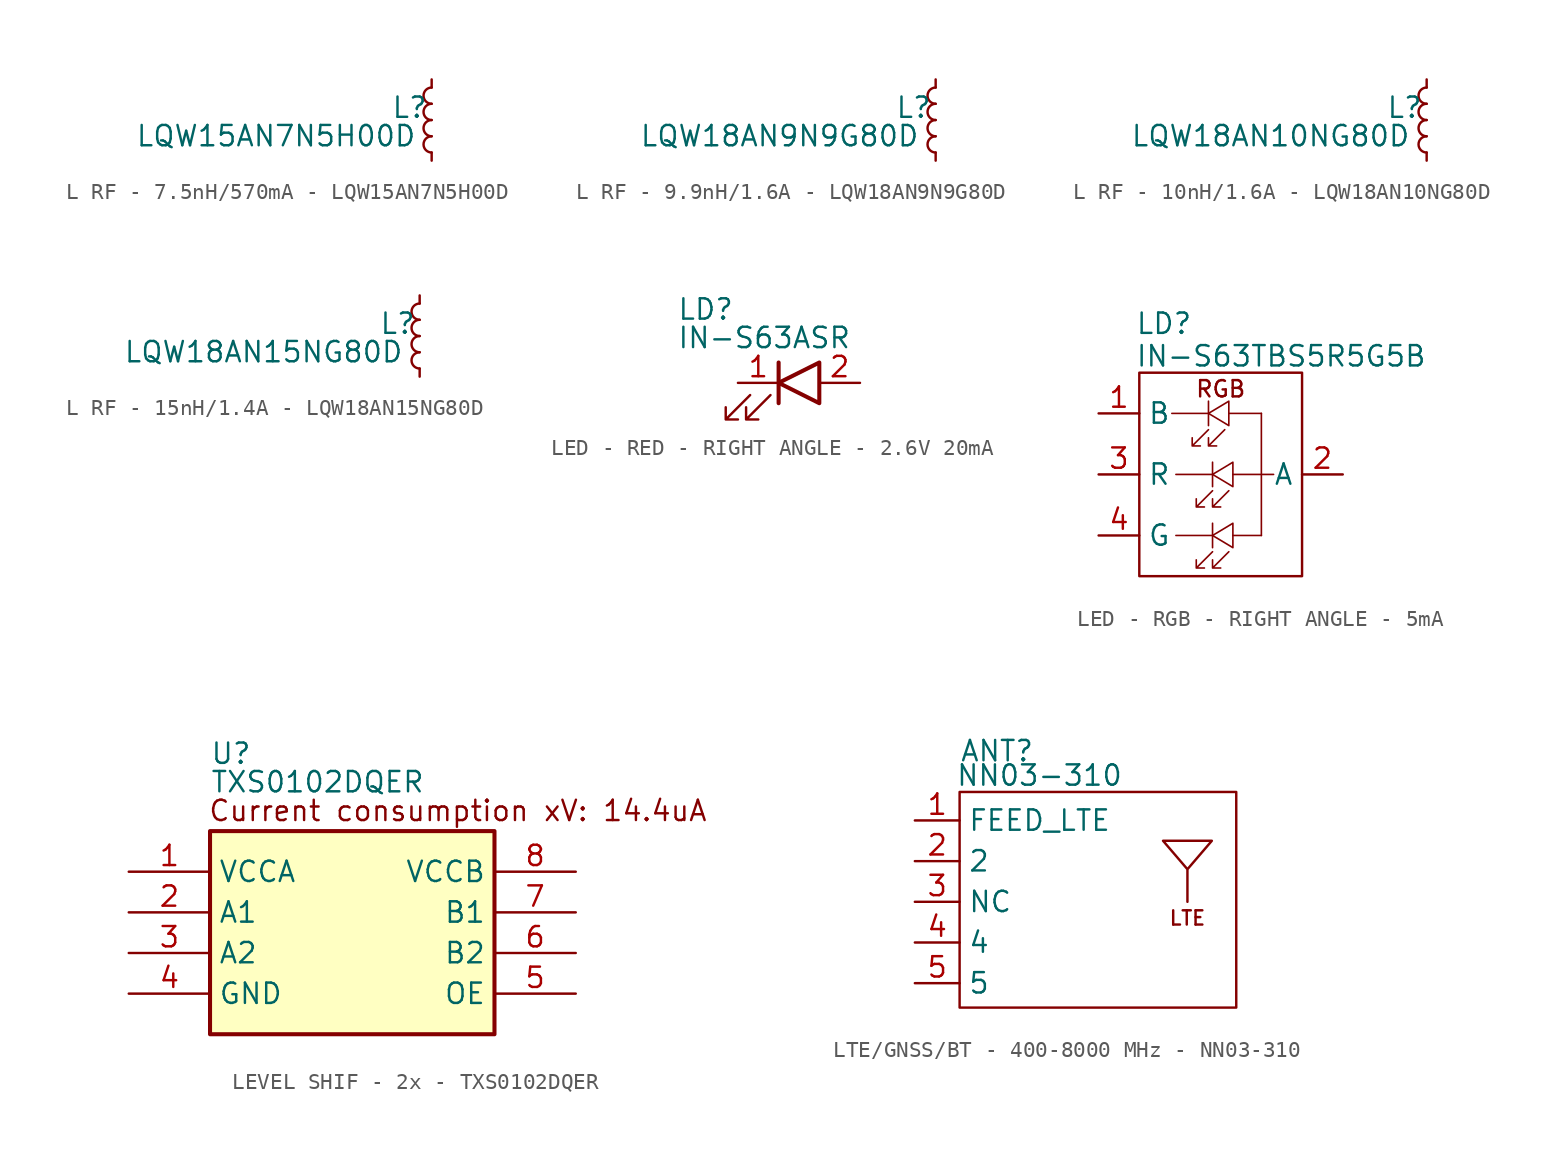
<source format=kicad_sym>
(kicad_symbol_lib
  (version 20241209)
  (generator "kicad_symbol_editor")
  (generator_version "9.0")
  (symbol "L RF - 7.5nH/570mA - LQW15AN7N5H00D"
    (pin_numbers
      (hide yes))
    (pin_names
      (hide yes))
    (property "Reference" "L"
      (at -2.54 1.524 0)
      (effects (font (size 1.27 1.27)) (justify left top)))
    (property "Value" "LQW15AN7N5H00D"
      (at -18.542 -0.254 0)
      (effects (font (size 1.27 1.27)) (justify left top)))
    (symbol "L RF - 7.5nH/570mA - LQW15AN7N5H00D_0_1"
      (arc (start 0 1.016) (mid -0.5058 1.524) (end 0 2.032) (stroke (width 0) (type default)) (fill (type none)))
      (arc (start 0 0) (mid -0.5058 0.508) (end 0 1.016) (stroke (width 0) (type default)) (fill (type none)))
      (arc (start 0 -1.016) (mid -0.5058 -0.508) (end 0 0) (stroke (width 0) (type default)) (fill (type none)))
      (arc (start 0 -2.032) (mid -0.5058 -1.524) (end 0 -1.016) (stroke (width 0) (type default)) (fill (type none))))
    (symbol "L RF - 7.5nH/570mA - LQW15AN7N5H00D_1_1"
      (pin passive line (at 0 2.54 270) (length 0.508) (name "~" (effects (font (size 1.27 1.27)))) (number "1" (effects (font (size 1.27 1.27)))))
      (pin passive line (at 0 -2.54 90) (length 0.508) (name "~" (effects (font (size 1.27 1.27)))) (number "2" (effects (font (size 1.27 1.27)))))))
  (symbol "L RF - 9.9nH/1.6A - LQW18AN9N9G80D"
    (pin_numbers
      (hide yes))
    (pin_names
      (hide yes))
    (property "Reference" "L"
      (at -2.54 1.524 0)
      (effects (font (size 1.27 1.27)) (justify left top)))
    (property "Value" "LQW18AN9N9G80D"
      (at -18.542 -0.254 0)
      (effects (font (size 1.27 1.27)) (justify left top)))
    (symbol "L RF - 9.9nH/1.6A - LQW18AN9N9G80D_0_1"
      (arc (start 0 1.016) (mid -0.5058 1.524) (end 0 2.032) (stroke (width 0) (type default)) (fill (type none)))
      (arc (start 0 0) (mid -0.5058 0.508) (end 0 1.016) (stroke (width 0) (type default)) (fill (type none)))
      (arc (start 0 -1.016) (mid -0.5058 -0.508) (end 0 0) (stroke (width 0) (type default)) (fill (type none)))
      (arc (start 0 -2.032) (mid -0.5058 -1.524) (end 0 -1.016) (stroke (width 0) (type default)) (fill (type none))))
    (symbol "L RF - 9.9nH/1.6A - LQW18AN9N9G80D_1_1"
      (pin passive line (at 0 2.54 270) (length 0.508) (name "~" (effects (font (size 1.27 1.27)))) (number "1" (effects (font (size 1.27 1.27)))))
      (pin passive line (at 0 -2.54 90) (length 0.508) (name "~" (effects (font (size 1.27 1.27)))) (number "2" (effects (font (size 1.27 1.27)))))))
  (symbol "L RF - 10nH/1.6A - LQW18AN10NG80D"
    (pin_numbers
      (hide yes))
    (pin_names
      (hide yes))
    (property "Reference" "L"
      (at -2.54 1.524 0)
      (effects (font (size 1.27 1.27)) (justify left top)))
    (property "Value" "LQW18AN10NG80D"
      (at -18.542 -0.254 0)
      (effects (font (size 1.27 1.27)) (justify left top)))
    (symbol "L RF - 10nH/1.6A - LQW18AN10NG80D_0_1"
      (arc (start 0 1.016) (mid -0.5058 1.524) (end 0 2.032) (stroke (width 0) (type default)) (fill (type none)))
      (arc (start 0 0) (mid -0.5058 0.508) (end 0 1.016) (stroke (width 0) (type default)) (fill (type none)))
      (arc (start 0 -1.016) (mid -0.5058 -0.508) (end 0 0) (stroke (width 0) (type default)) (fill (type none)))
      (arc (start 0 -2.032) (mid -0.5058 -1.524) (end 0 -1.016) (stroke (width 0) (type default)) (fill (type none))))
    (symbol "L RF - 10nH/1.6A - LQW18AN10NG80D_1_1"
      (pin passive line (at 0 2.54 270) (length 0.508) (name "~" (effects (font (size 1.27 1.27)))) (number "1" (effects (font (size 1.27 1.27)))))
      (pin passive line (at 0 -2.54 90) (length 0.508) (name "~" (effects (font (size 1.27 1.27)))) (number "2" (effects (font (size 1.27 1.27)))))))
  (symbol "L RF - 15nH/1.4A - LQW18AN15NG80D"
    (pin_numbers
      (hide yes))
    (pin_names
      (hide yes))
    (property "Reference" "L"
      (at -2.54 1.524 0)
      (effects (font (size 1.27 1.27)) (justify left top)))
    (property "Value" "LQW18AN15NG80D"
      (at -18.542 -0.254 0)
      (effects (font (size 1.27 1.27)) (justify left top)))
    (symbol "L RF - 15nH/1.4A - LQW18AN15NG80D_0_1"
      (arc (start 0 1.016) (mid -0.5058 1.524) (end 0 2.032) (stroke (width 0) (type default)) (fill (type none)))
      (arc (start 0 0) (mid -0.5058 0.508) (end 0 1.016) (stroke (width 0) (type default)) (fill (type none)))
      (arc (start 0 -1.016) (mid -0.5058 -0.508) (end 0 0) (stroke (width 0) (type default)) (fill (type none)))
      (arc (start 0 -2.032) (mid -0.5058 -1.524) (end 0 -1.016) (stroke (width 0) (type default)) (fill (type none))))
    (symbol "L RF - 15nH/1.4A - LQW18AN15NG80D_1_1"
      (pin passive line (at 0 2.54 270) (length 0.508) (name "~" (effects (font (size 1.27 1.27)))) (number "1" (effects (font (size 1.27 1.27)))))
      (pin passive line (at 0 -2.54 90) (length 0.508) (name "~" (effects (font (size 1.27 1.27)))) (number "2" (effects (font (size 1.27 1.27)))))))
  (symbol "LED - RED - RIGHT ANGLE - 2.6V 20mA"
    (pin_names
      (hide yes))
    (property "Reference" "LD"
      (at -7.62 5.334 0)
      (effects (font (size 1.27 1.27)) (justify left top)))
    (property "Value" "IN-S63ASR"
      (at -7.62 3.556 0)
      (effects (font (size 1.27 1.27)) (justify left top)))
    (symbol "LED - RED - RIGHT ANGLE - 2.6V 20mA_0_1"
      (polyline (pts (xy -3.048 -0.762) (xy -4.572 -2.286) (xy -3.81 -2.286) (xy -4.572 -2.286) (xy -4.572 -1.524)) (stroke (width 0) (type default)) (fill (type none)))
      (polyline (pts (xy -1.778 -0.762) (xy -3.302 -2.286) (xy -2.54 -2.286) (xy -3.302 -2.286) (xy -3.302 -1.524)) (stroke (width 0) (type default)) (fill (type none)))
      (polyline (pts (xy -1.27 -1.27) (xy -1.27 1.27)) (stroke (width 0.254) (type default)) (fill (type none)))
      (polyline (pts (xy 1.27 -1.27) (xy 1.27 1.27) (xy -1.27 0) (xy 1.27 -1.27)) (stroke (width 0.254) (type default)) (fill (type none))))
    (symbol "LED - RED - RIGHT ANGLE - 2.6V 20mA_1_1"
      (pin passive line (at -3.81 0 0) (length 2.54) (name "K" (effects (font (size 1.27 1.27)))) (number "1" (effects (font (size 1.27 1.27)))))
      (pin passive line (at 3.81 0 180) (length 2.54) (name "A" (effects (font (size 1.27 1.27)))) (number "2" (effects (font (size 1.27 1.27)))))))
  (symbol "LED - RGB - RIGHT ANGLE - 5mA"
    (property "Reference" "LD"
      (at -5.334 10.16 0)
      (effects (font (size 1.27 1.27)) (justify left top)))
    (property "Value" "IN-S63TBS5R5G5B"
      (at -5.334 8.128 0)
      (effects (font (size 1.27 1.27)) (justify left top)))
    (symbol "LED - RGB - RIGHT ANGLE - 5mA_0_1"
      (rectangle (start -5.08 6.35) (end 5.08 -6.35) (stroke (width 0) (type default)) (fill (type none))))
    (symbol "LED - RGB - RIGHT ANGLE - 5mA_1_1"
      (polyline (pts (xy -0.762 3.81) (xy -3.048 3.81)) (stroke (width 0.102) (type default)) (fill (type none)))
      (polyline (pts (xy -0.762 3.048) (xy -0.762 4.572)) (stroke (width 0.102) (type default)) (fill (type none)))
      (polyline (pts (xy -0.762 2.794) (xy -1.778 1.778) (xy -1.27 1.778) (xy -1.778 1.778) (xy -1.778 2.286)) (stroke (width 0.102) (type default)) (fill (type none)))
      (polyline (pts (xy -0.508 0) (xy -2.794 0)) (stroke (width 0.102) (type default)) (fill (type none)))
      (polyline (pts (xy -0.508 -0.762) (xy -0.508 0.762)) (stroke (width 0.102) (type default)) (fill (type none)))
      (polyline (pts (xy -0.508 -1.016) (xy -1.524 -2.032) (xy -1.016 -2.032) (xy -1.524 -2.032) (xy -1.524 -1.524)) (stroke (width 0.102) (type default)) (fill (type none)))
      (polyline (pts (xy -0.508 -3.81) (xy -2.794 -3.81)) (stroke (width 0.102) (type default)) (fill (type none)))
      (polyline (pts (xy -0.508 -4.572) (xy -0.508 -3.048)) (stroke (width 0.102) (type default)) (fill (type none)))
      (polyline (pts (xy -0.508 -4.826) (xy -1.524 -5.842) (xy -1.016 -5.842) (xy -1.524 -5.842) (xy -1.524 -5.334)) (stroke (width 0.102) (type default)) (fill (type none)))
      (polyline (pts (xy 0.254 2.794) (xy -0.762 1.778) (xy -0.254 1.778) (xy -0.762 1.778) (xy -0.762 2.286)) (stroke (width 0.102) (type default)) (fill (type none)))
      (polyline (pts (xy 0.508 3.81) (xy 2.54 3.81)) (stroke (width 0.102) (type default)) (fill (type none)))
      (polyline (pts (xy 0.508 3.048) (xy 0.508 4.572) (xy -0.762 3.81) (xy 0.508 3.048)) (stroke (width 0.102) (type default)) (fill (type none)))
      (polyline (pts (xy 0.508 -1.016) (xy -0.508 -2.032) (xy 0 -2.032) (xy -0.508 -2.032) (xy -0.508 -1.524)) (stroke (width 0.102) (type default)) (fill (type none)))
      (polyline (pts (xy 0.508 -4.826) (xy -0.508 -5.842) (xy 0 -5.842) (xy -0.508 -5.842) (xy -0.508 -5.334)) (stroke (width 0.102) (type default)) (fill (type none)))
      (polyline (pts (xy 0.762 0) (xy 3.302 0)) (stroke (width 0.102) (type default)) (fill (type none)))
      (polyline (pts (xy 0.762 -0.762) (xy 0.762 0.762) (xy -0.508 0) (xy 0.762 -0.762)) (stroke (width 0.102) (type default)) (fill (type none)))
      (polyline (pts (xy 0.762 -3.81) (xy 2.54 -3.81)) (stroke (width 0.102) (type default)) (fill (type none)))
      (polyline (pts (xy 0.762 -4.572) (xy 0.762 -3.048) (xy -0.508 -3.81) (xy 0.762 -4.572)) (stroke (width 0.102) (type default)) (fill (type none)))
      (polyline (pts (xy 2.54 3.81) (xy 2.54 -3.81)) (stroke (width 0.102) (type default)) (fill (type none)))
      (text "RGB\n" (at 0 5.334 0) (effects (font (size 1.016 1.016))))
      (pin passive line (at -7.62 3.81 0) (length 2.54) (name "B" (effects (font (size 1.27 1.27)))) (number "1" (effects (font (size 1.27 1.27)))))
      (pin passive line (at -7.62 0 0) (length 2.54) (name "R" (effects (font (size 1.27 1.27)))) (number "3" (effects (font (size 1.27 1.27)))))
      (pin passive line (at -7.62 -3.81 0) (length 2.54) (name "G" (effects (font (size 1.27 1.27)))) (number "4" (effects (font (size 1.27 1.27)))))
      (pin passive line (at 7.62 0 180) (length 2.54) (name "A" (effects (font (size 1.27 1.27)))) (number "2" (effects (font (size 1.27 1.27)))))))
  (symbol "LEVEL SHIF - 2x - TXS0102DQER"
    (property "Reference" "U"
      (at -8.89 11.938 0)
      (effects (font (size 1.27 1.27)) (justify left top)))
    (property "Value" "TXS0102DQER"
      (at -8.89 10.16 0)
      (effects (font (size 1.27 1.27)) (justify left top)))
    (symbol "LEVEL SHIF - 2x - TXS0102DQER_1_1"
      (rectangle (start -8.89 6.35) (end 8.89 -6.35) (stroke (width 0.254) (type default)) (fill (type background)))
      (text "Current consumption xV: 14.4uA" (at 6.604 7.62 0) (effects (font (size 1.27 1.27) (color 132 0 0 1))))
      (pin passive line (at -13.97 3.81 0) (length 5.08) (name "VCCA" (effects (font (size 1.27 1.27)))) (number "1" (effects (font (size 1.27 1.27)))))
      (pin passive line (at -13.97 1.27 0) (length 5.08) (name "A1" (effects (font (size 1.27 1.27)))) (number "2" (effects (font (size 1.27 1.27)))))
      (pin passive line (at -13.97 -1.27 0) (length 5.08) (name "A2" (effects (font (size 1.27 1.27)))) (number "3" (effects (font (size 1.27 1.27)))))
      (pin passive line (at -13.97 -3.81 0) (length 5.08) (name "GND" (effects (font (size 1.27 1.27)))) (number "4" (effects (font (size 1.27 1.27)))))
      (pin passive line (at 13.97 3.81 180) (length 5.08) (name "VCCB" (effects (font (size 1.27 1.27)))) (number "8" (effects (font (size 1.27 1.27)))))
      (pin passive line (at 13.97 1.27 180) (length 5.08) (name "B1" (effects (font (size 1.27 1.27)))) (number "7" (effects (font (size 1.27 1.27)))))
      (pin passive line (at 13.97 -1.27 180) (length 5.08) (name "B2" (effects (font (size 1.27 1.27)))) (number "6" (effects (font (size 1.27 1.27)))))
      (pin passive line (at 13.97 -3.81 180) (length 5.08) (name "OE" (effects (font (size 1.27 1.27)))) (number "5" (effects (font (size 1.27 1.27)))))))
  (symbol "LTE/GNSS/BT - 400-8000 MHz - NN03-310 "
    (property "Reference" "ANT"
      (at -8.636 8.89 0)
      (effects (font (size 1.27 1.27)) (justify left top)))
    (property "Value" "NN03-310"
      (at -8.89 7.366 0)
      (effects (font (size 1.27 1.27)) (justify left top)))
    (symbol "LTE/GNSS/BT - 400-8000 MHz - NN03-310 _1_1"
      (rectangle (start -8.636 5.588) (end 8.636 -7.874) (stroke (width 0) (type default)) (fill (type none)))
      (polyline (pts (xy 5.588 -1.27) (xy 5.588 0.762) (xy 4.064 2.54) (xy 7.112 2.54) (xy 5.588 0.762)) (stroke (width 0) (type default)) (fill (type none)))
      (text "LTE" (at 5.588 -2.286 0) (effects (font (size 0.889 0.889))))
      (pin passive line (at -11.43 3.81 0) (length 2.794) (name "FEED_LTE" (effects (font (size 1.27 1.27)))) (number "1" (effects (font (size 1.27 1.27)))))
      (pin passive line (at -11.43 1.27 0) (length 2.794) (name "2" (effects (font (size 1.27 1.27)))) (number "2" (effects (font (size 1.27 1.27)))))
      (pin passive line (at -11.43 -1.27 0) (length 2.794) (name "NC" (effects (font (size 1.27 1.27)))) (number "3" (effects (font (size 1.27 1.27)))))
      (pin passive line (at -11.43 -3.81 0) (length 2.794) (name "4" (effects (font (size 1.27 1.27)))) (number "4" (effects (font (size 1.27 1.27)))))
      (pin passive line (at -11.43 -6.35 0) (length 2.794) (name "5" (effects (font (size 1.27 1.27)))) (number "5" (effects (font (size 1.27 1.27))))))))
</source>
